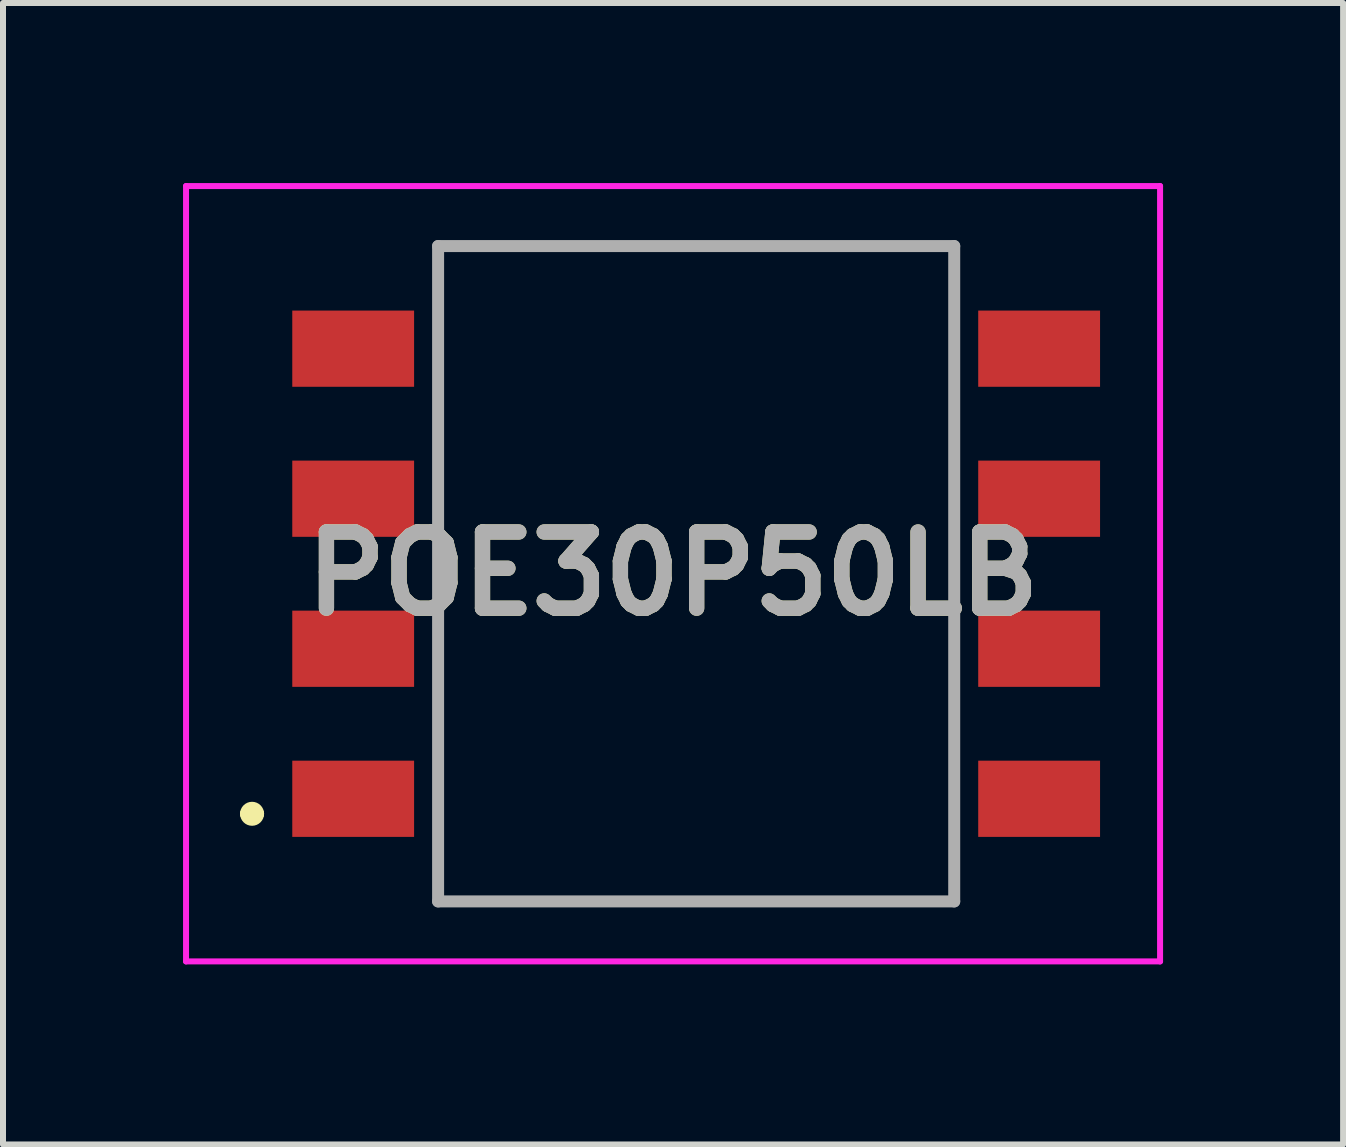
<source format=kicad_pcb>
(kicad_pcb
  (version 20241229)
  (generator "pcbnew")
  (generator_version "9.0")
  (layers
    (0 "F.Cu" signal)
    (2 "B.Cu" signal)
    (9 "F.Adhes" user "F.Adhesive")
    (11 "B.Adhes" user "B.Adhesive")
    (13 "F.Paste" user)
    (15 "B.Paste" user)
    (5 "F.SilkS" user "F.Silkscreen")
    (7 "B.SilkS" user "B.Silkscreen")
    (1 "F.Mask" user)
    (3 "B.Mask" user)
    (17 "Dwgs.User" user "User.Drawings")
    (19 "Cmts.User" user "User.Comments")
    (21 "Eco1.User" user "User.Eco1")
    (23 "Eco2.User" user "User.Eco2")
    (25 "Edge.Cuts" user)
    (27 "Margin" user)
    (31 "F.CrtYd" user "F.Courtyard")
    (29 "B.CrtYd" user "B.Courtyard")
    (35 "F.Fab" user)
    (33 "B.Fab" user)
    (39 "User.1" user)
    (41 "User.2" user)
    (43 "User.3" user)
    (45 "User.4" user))
  (footprint "POE30P50LB"
    (layer "F.Cu")
    (at 8.55 6.51)
    (property "Reference" "POE30P50LB" (at -0.385 0 0) (layer "F.SilkS") (effects (font (size 1.27 1.27) (thickness 0.254))))
    (attr smd)
    (fp_line (start -7.5 4) (end -7.5 4) (stroke (width 0.2) (type solid)) (layer "F.SilkS"))
    (fp_line (start -7.3 4) (end -7.3 4) (stroke (width 0.2) (type solid)) (layer "F.SilkS"))
    (fp_line (start -4.3 -5.46) (end -4.3 5.46) (stroke (width 0.1) (type solid)) (layer "F.SilkS"))
    (fp_line (start -4.3 5.46) (end 4.3 5.46) (stroke (width 0.1) (type solid)) (layer "F.SilkS"))
    (fp_line (start 4.3 -5.46) (end -4.3 -5.46) (stroke (width 0.1) (type solid)) (layer "F.SilkS"))
    (fp_line (start 4.3 5.46) (end 4.3 -5.46) (stroke (width 0.1) (type solid)) (layer "F.SilkS"))
    (fp_arc (start -7.5 4) (mid -7.4 3.9) (end -7.3 4) (stroke (width 0.2) (type solid)) (layer "F.SilkS"))
    (fp_arc (start -7.3 4) (mid -7.4 4.1) (end -7.5 4) (stroke (width 0.2) (type solid)) (layer "F.SilkS"))
    (fp_line (start -8.5 -6.46) (end -8.5 6.46) (stroke (width 0.1) (type solid)) (layer "F.CrtYd"))
    (fp_line (start -8.5 6.46) (end 7.73 6.46) (stroke (width 0.1) (type solid)) (layer "F.CrtYd"))
    (fp_line (start 7.73 -6.46) (end -8.5 -6.46) (stroke (width 0.1) (type solid)) (layer "F.CrtYd"))
    (fp_line (start 7.73 6.46) (end 7.73 -6.46) (stroke (width 0.1) (type solid)) (layer "F.CrtYd"))
    (fp_line (start -4.3 -5.46) (end -4.3 5.46) (stroke (width 0.2) (type solid)) (layer "F.Fab"))
    (fp_line (start -4.3 5.46) (end 4.3 5.46) (stroke (width 0.2) (type solid)) (layer "F.Fab"))
    (fp_line (start 4.3 -5.46) (end -4.3 -5.46) (stroke (width 0.2) (type solid)) (layer "F.Fab"))
    (fp_line (start 4.3 5.46) (end 4.3 -5.46) (stroke (width 0.2) (type solid)) (layer "F.Fab"))
    (fp_text user "${REFERENCE}" (at -0.385 0 0) (layer "F.Fab") (effects (font (size 1.27 1.27) (thickness 0.254))))
    (pad "1" smd rect (at -5.715 3.75 90) (size 1.27 2.03) (layers "F.Cu" "F.Mask" "F.Paste"))
    (pad "2" smd rect (at -5.715 1.25 90) (size 1.27 2.03) (layers "F.Cu" "F.Mask" "F.Paste"))
    (pad "3" smd rect (at -5.715 -1.25 90) (size 1.27 2.03) (layers "F.Cu" "F.Mask" "F.Paste"))
    (pad "4" smd rect (at -5.715 -3.75 90) (size 1.27 2.03) (layers "F.Cu" "F.Mask" "F.Paste"))
    (pad "5" smd rect (at 5.715 -3.75 90) (size 1.27 2.03) (layers "F.Cu" "F.Mask" "F.Paste"))
    (pad "6" smd rect (at 5.715 -1.25 90) (size 1.27 2.03) (layers "F.Cu" "F.Mask" "F.Paste"))
    (pad "7" smd rect (at 5.715 1.25 90) (size 1.27 2.03) (layers "F.Cu" "F.Mask" "F.Paste"))
    (pad "8" smd rect (at 5.715 3.75 90) (size 1.27 2.03) (layers "F.Cu" "F.Mask" "F.Paste")))
  (gr_rect
    (start -3 -3)
    (end 19.33 16.02)
    (stroke (width 0.1) (type default))
    (fill no)
    (layer "Edge.Cuts")))
</source>
